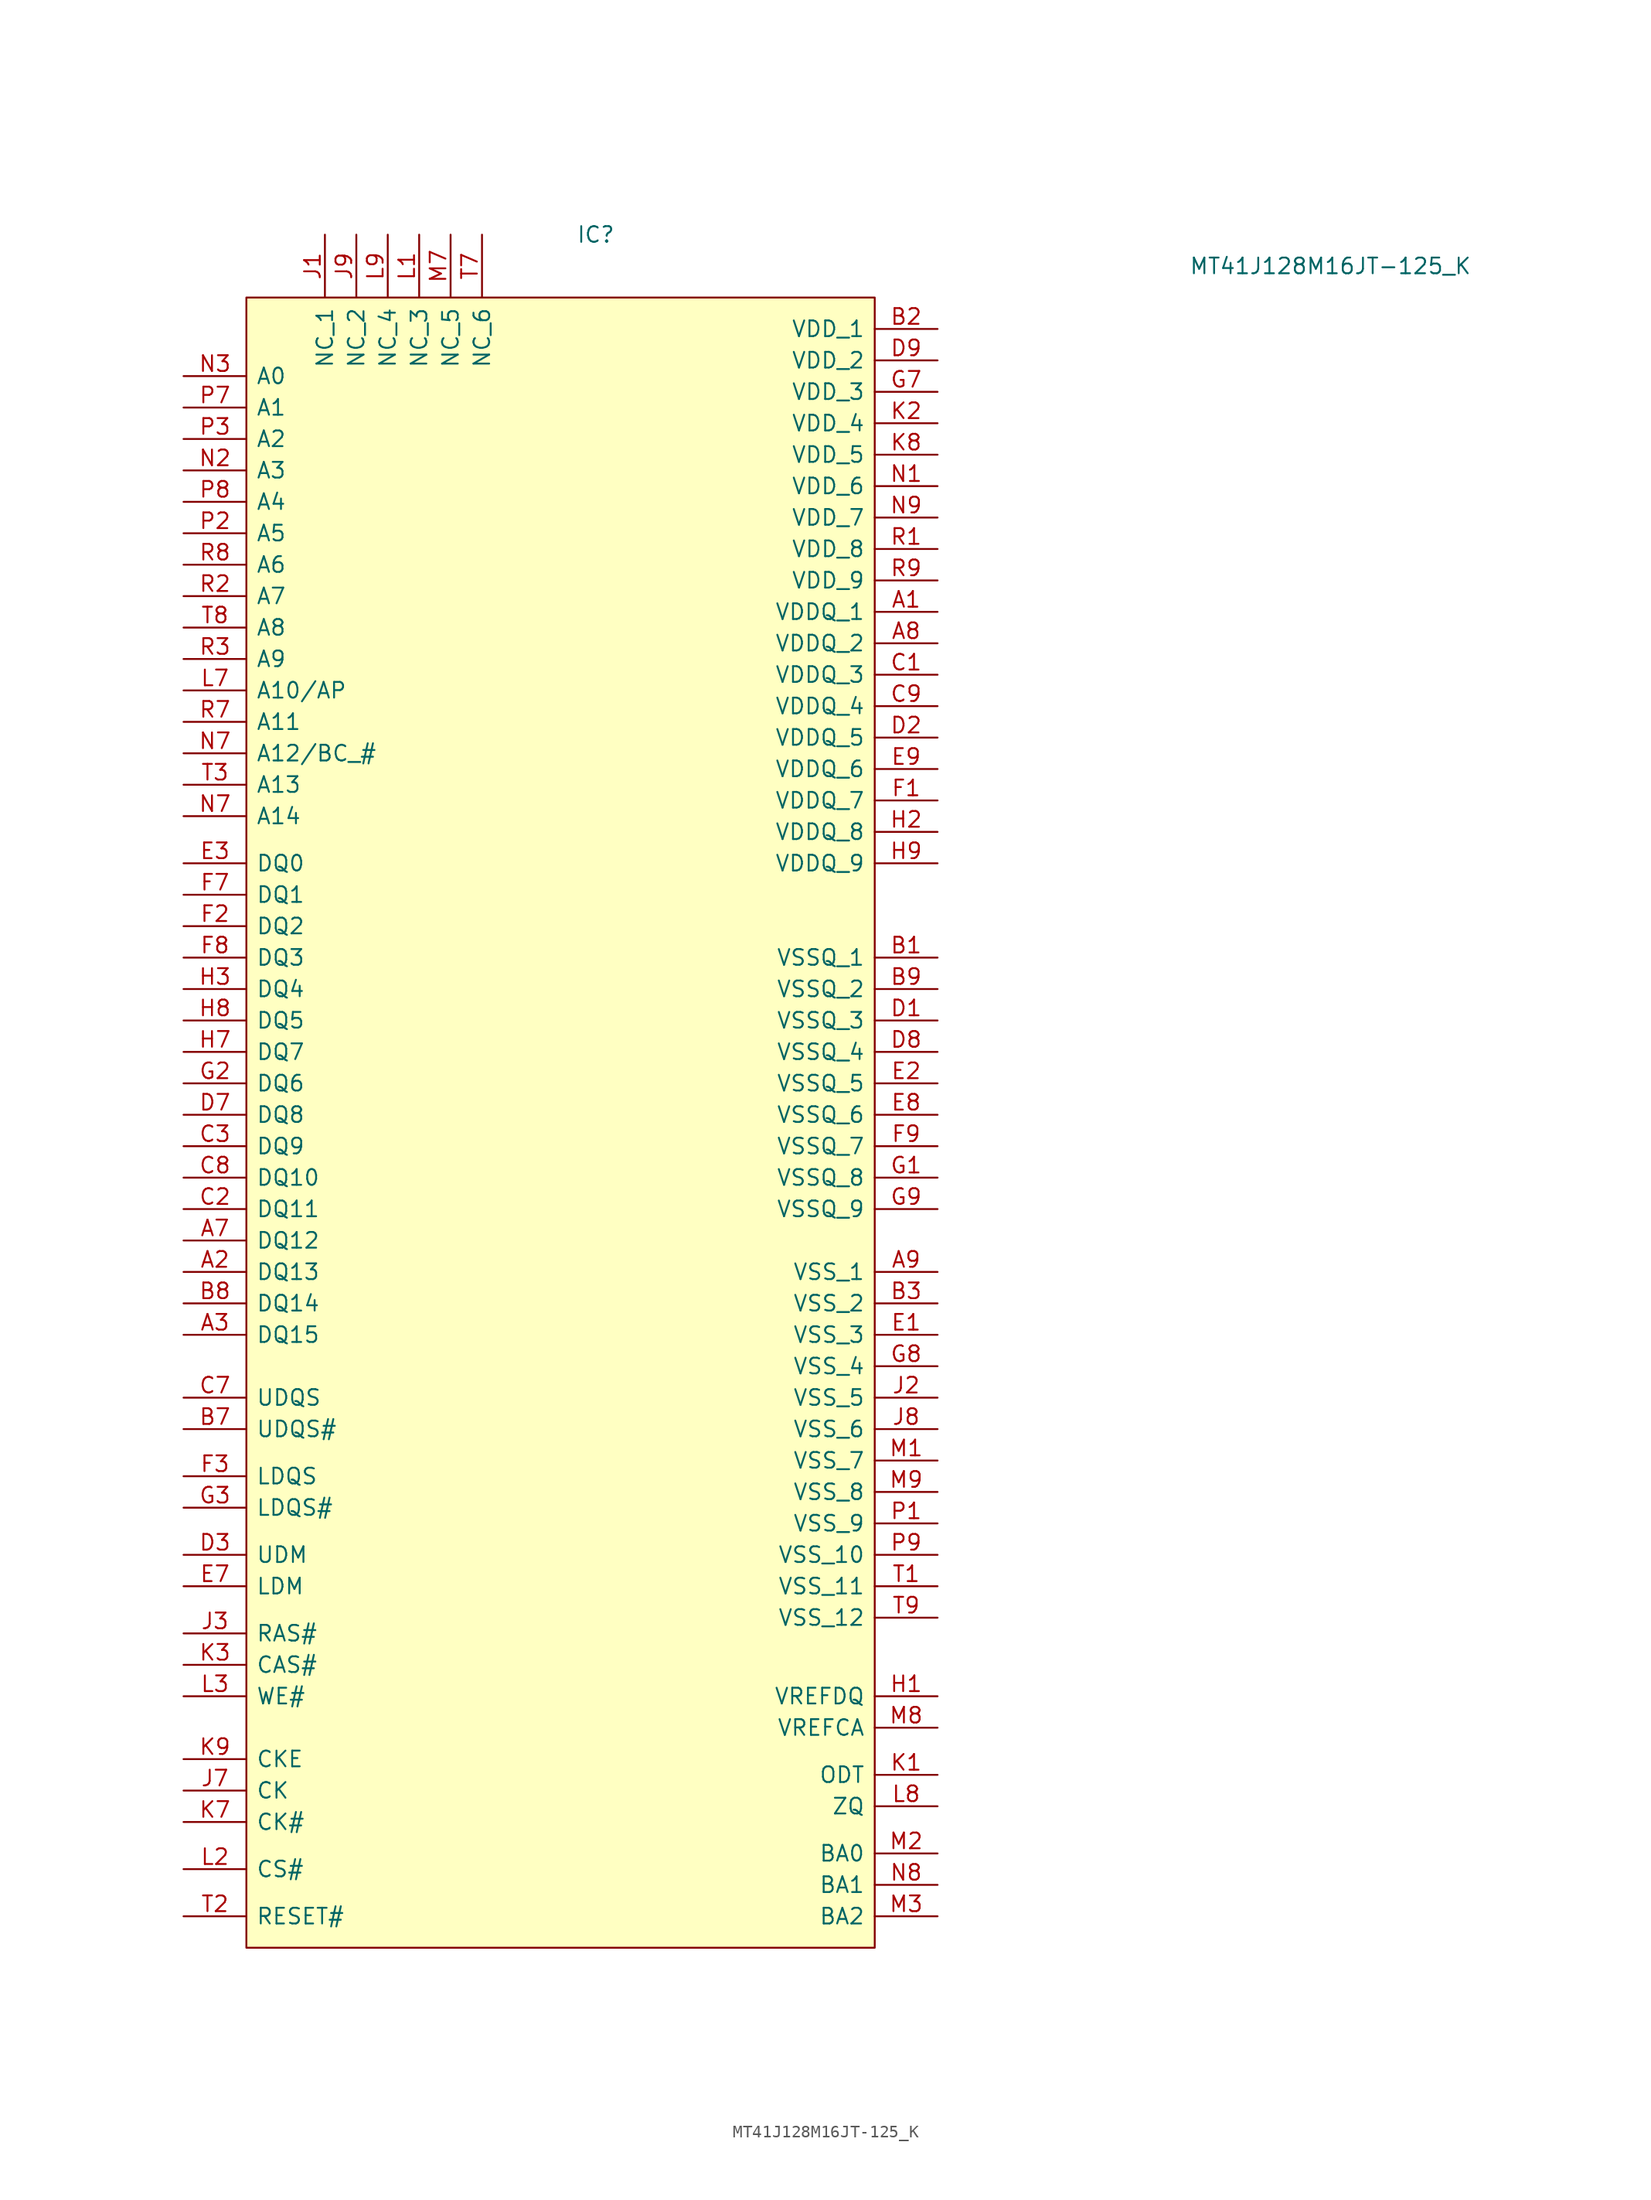
<source format=kicad_sym>
(kicad_symbol_lib
  (version 20220914)
  (generator kicad_symbol_editor)
  (symbol "MT41J128M16JT-125_K"
    (pin_names
      (offset 0.762))
    (property "Reference" "IC"
      (at 31.75 7.62 0)
      (effects (font (size 1.27 1.27)) (justify left)))
    (property "Value" "MT41J128M16JT-125_K"
      (at 81.28 5.08 0)
      (effects (font (size 1.27 1.27)) (justify left)))
    (symbol "MT41J128M16JT-125_K_0_0"
      (pin passive line (at 60.96 -22.86 180) (length 5.08) (name "VDDQ_1" (effects (font (size 1.27 1.27)))) (number "A1" (effects (font (size 1.27 1.27)))))
      (pin passive line (at 0 -76.2 0) (length 5.08) (name "DQ13" (effects (font (size 1.27 1.27)))) (number "A2" (effects (font (size 1.27 1.27)))))
      (pin passive line (at 0 -81.28 0) (length 5.08) (name "DQ15" (effects (font (size 1.27 1.27)))) (number "A3" (effects (font (size 1.27 1.27)))))
      (pin passive line (at 0 -73.66 0) (length 5.08) (name "DQ12" (effects (font (size 1.27 1.27)))) (number "A7" (effects (font (size 1.27 1.27)))))
      (pin passive line (at 60.96 -25.4 180) (length 5.08) (name "VDDQ_2" (effects (font (size 1.27 1.27)))) (number "A8" (effects (font (size 1.27 1.27)))))
      (pin passive line (at 60.96 -76.2 180) (length 5.08) (name "VSS_1" (effects (font (size 1.27 1.27)))) (number "A9" (effects (font (size 1.27 1.27)))))
      (pin passive line (at 60.96 -50.8 180) (length 5.08) (name "VSSQ_1" (effects (font (size 1.27 1.27)))) (number "B1" (effects (font (size 1.27 1.27)))))
      (pin passive line (at 60.96 0 180) (length 5.08) (name "VDD_1" (effects (font (size 1.27 1.27)))) (number "B2" (effects (font (size 1.27 1.27)))))
      (pin passive line (at 60.96 -78.74 180) (length 5.08) (name "VSS_2" (effects (font (size 1.27 1.27)))) (number "B3" (effects (font (size 1.27 1.27)))))
      (pin passive line (at 0 -88.9 0) (length 5.08) (name "UDQS#" (effects (font (size 1.27 1.27)))) (number "B7" (effects (font (size 1.27 1.27)))))
      (pin passive line (at 0 -78.74 0) (length 5.08) (name "DQ14" (effects (font (size 1.27 1.27)))) (number "B8" (effects (font (size 1.27 1.27)))))
      (pin passive line (at 60.96 -53.34 180) (length 5.08) (name "VSSQ_2" (effects (font (size 1.27 1.27)))) (number "B9" (effects (font (size 1.27 1.27)))))
      (pin passive line (at 60.96 -27.94 180) (length 5.08) (name "VDDQ_3" (effects (font (size 1.27 1.27)))) (number "C1" (effects (font (size 1.27 1.27)))))
      (pin passive line (at 0 -71.12 0) (length 5.08) (name "DQ11" (effects (font (size 1.27 1.27)))) (number "C2" (effects (font (size 1.27 1.27)))))
      (pin passive line (at 0 -66.04 0) (length 5.08) (name "DQ9" (effects (font (size 1.27 1.27)))) (number "C3" (effects (font (size 1.27 1.27)))))
      (pin passive line (at 0 -86.36 0) (length 5.08) (name "UDQS" (effects (font (size 1.27 1.27)))) (number "C7" (effects (font (size 1.27 1.27)))))
      (pin passive line (at 0 -68.58 0) (length 5.08) (name "DQ10" (effects (font (size 1.27 1.27)))) (number "C8" (effects (font (size 1.27 1.27)))))
      (pin passive line (at 60.96 -30.48 180) (length 5.08) (name "VDDQ_4" (effects (font (size 1.27 1.27)))) (number "C9" (effects (font (size 1.27 1.27)))))
      (pin passive line (at 60.96 -55.88 180) (length 5.08) (name "VSSQ_3" (effects (font (size 1.27 1.27)))) (number "D1" (effects (font (size 1.27 1.27)))))
      (pin passive line (at 60.96 -33.02 180) (length 5.08) (name "VDDQ_5" (effects (font (size 1.27 1.27)))) (number "D2" (effects (font (size 1.27 1.27)))))
      (pin passive line (at 0 -99.06 0) (length 5.08) (name "UDM" (effects (font (size 1.27 1.27)))) (number "D3" (effects (font (size 1.27 1.27)))))
      (pin passive line (at 0 -63.5 0) (length 5.08) (name "DQ8" (effects (font (size 1.27 1.27)))) (number "D7" (effects (font (size 1.27 1.27)))))
      (pin passive line (at 60.96 -58.42 180) (length 5.08) (name "VSSQ_4" (effects (font (size 1.27 1.27)))) (number "D8" (effects (font (size 1.27 1.27)))))
      (pin passive line (at 60.96 -2.54 180) (length 5.08) (name "VDD_2" (effects (font (size 1.27 1.27)))) (number "D9" (effects (font (size 1.27 1.27)))))
      (pin passive line (at 60.96 -81.28 180) (length 5.08) (name "VSS_3" (effects (font (size 1.27 1.27)))) (number "E1" (effects (font (size 1.27 1.27)))))
      (pin passive line (at 60.96 -60.96 180) (length 5.08) (name "VSSQ_5" (effects (font (size 1.27 1.27)))) (number "E2" (effects (font (size 1.27 1.27)))))
      (pin passive line (at 0 -43.18 0) (length 5.08) (name "DQ0" (effects (font (size 1.27 1.27)))) (number "E3" (effects (font (size 1.27 1.27)))))
      (pin passive line (at 0 -101.6 0) (length 5.08) (name "LDM" (effects (font (size 1.27 1.27)))) (number "E7" (effects (font (size 1.27 1.27)))))
      (pin passive line (at 60.96 -63.5 180) (length 5.08) (name "VSSQ_6" (effects (font (size 1.27 1.27)))) (number "E8" (effects (font (size 1.27 1.27)))))
      (pin passive line (at 60.96 -35.56 180) (length 5.08) (name "VDDQ_6" (effects (font (size 1.27 1.27)))) (number "E9" (effects (font (size 1.27 1.27)))))
      (pin passive line (at 60.96 -38.1 180) (length 5.08) (name "VDDQ_7" (effects (font (size 1.27 1.27)))) (number "F1" (effects (font (size 1.27 1.27)))))
      (pin passive line (at 0 -48.26 0) (length 5.08) (name "DQ2" (effects (font (size 1.27 1.27)))) (number "F2" (effects (font (size 1.27 1.27)))))
      (pin passive line (at 0 -92.71 0) (length 5.08) (name "LDQS" (effects (font (size 1.27 1.27)))) (number "F3" (effects (font (size 1.27 1.27)))))
      (pin passive line (at 0 -45.72 0) (length 5.08) (name "DQ1" (effects (font (size 1.27 1.27)))) (number "F7" (effects (font (size 1.27 1.27)))))
      (pin passive line (at 0 -50.8 0) (length 5.08) (name "DQ3" (effects (font (size 1.27 1.27)))) (number "F8" (effects (font (size 1.27 1.27)))))
      (pin passive line (at 60.96 -66.04 180) (length 5.08) (name "VSSQ_7" (effects (font (size 1.27 1.27)))) (number "F9" (effects (font (size 1.27 1.27)))))
      (pin passive line (at 60.96 -68.58 180) (length 5.08) (name "VSSQ_8" (effects (font (size 1.27 1.27)))) (number "G1" (effects (font (size 1.27 1.27)))))
      (pin passive line (at 0 -60.96 0) (length 5.08) (name "DQ6" (effects (font (size 1.27 1.27)))) (number "G2" (effects (font (size 1.27 1.27)))))
      (pin passive line (at 0 -95.25 0) (length 5.08) (name "LDQS#" (effects (font (size 1.27 1.27)))) (number "G3" (effects (font (size 1.27 1.27)))))
      (pin passive line (at 60.96 -5.08 180) (length 5.08) (name "VDD_3" (effects (font (size 1.27 1.27)))) (number "G7" (effects (font (size 1.27 1.27)))))
      (pin passive line (at 60.96 -83.82 180) (length 5.08) (name "VSS_4" (effects (font (size 1.27 1.27)))) (number "G8" (effects (font (size 1.27 1.27)))))
      (pin passive line (at 60.96 -71.12 180) (length 5.08) (name "VSSQ_9" (effects (font (size 1.27 1.27)))) (number "G9" (effects (font (size 1.27 1.27)))))
      (pin passive line (at 60.96 -110.49 180) (length 5.08) (name "VREFDQ" (effects (font (size 1.27 1.27)))) (number "H1" (effects (font (size 1.27 1.27)))))
      (pin passive line (at 60.96 -40.64 180) (length 5.08) (name "VDDQ_8" (effects (font (size 1.27 1.27)))) (number "H2" (effects (font (size 1.27 1.27)))))
      (pin passive line (at 0 -53.34 0) (length 5.08) (name "DQ4" (effects (font (size 1.27 1.27)))) (number "H3" (effects (font (size 1.27 1.27)))))
      (pin passive line (at 0 -58.42 0) (length 5.08) (name "DQ7" (effects (font (size 1.27 1.27)))) (number "H7" (effects (font (size 1.27 1.27)))))
      (pin passive line (at 0 -55.88 0) (length 5.08) (name "DQ5" (effects (font (size 1.27 1.27)))) (number "H8" (effects (font (size 1.27 1.27)))))
      (pin passive line (at 60.96 -43.18 180) (length 5.08) (name "VDDQ_9" (effects (font (size 1.27 1.27)))) (number "H9" (effects (font (size 1.27 1.27)))))
      (pin passive line (at 11.43 7.62 270) (length 5.08) (name "NC_1" (effects (font (size 1.27 1.27)))) (number "J1" (effects (font (size 1.27 1.27)))))
      (pin passive line (at 60.96 -86.36 180) (length 5.08) (name "VSS_5" (effects (font (size 1.27 1.27)))) (number "J2" (effects (font (size 1.27 1.27)))))
      (pin passive line (at 0 -105.41 0) (length 5.08) (name "RAS#" (effects (font (size 1.27 1.27)))) (number "J3" (effects (font (size 1.27 1.27)))))
      (pin passive line (at 0 -118.11 0) (length 5.08) (name "CK" (effects (font (size 1.27 1.27)))) (number "J7" (effects (font (size 1.27 1.27)))))
      (pin passive line (at 60.96 -88.9 180) (length 5.08) (name "VSS_6" (effects (font (size 1.27 1.27)))) (number "J8" (effects (font (size 1.27 1.27)))))
      (pin passive line (at 13.97 7.62 270) (length 5.08) (name "NC_2" (effects (font (size 1.27 1.27)))) (number "J9" (effects (font (size 1.27 1.27)))))
      (pin passive line (at 60.96 -116.84 180) (length 5.08) (name "ODT" (effects (font (size 1.27 1.27)))) (number "K1" (effects (font (size 1.27 1.27)))))
      (pin passive line (at 60.96 -7.62 180) (length 5.08) (name "VDD_4" (effects (font (size 1.27 1.27)))) (number "K2" (effects (font (size 1.27 1.27)))))
      (pin passive line (at 0 -107.95 0) (length 5.08) (name "CAS#" (effects (font (size 1.27 1.27)))) (number "K3" (effects (font (size 1.27 1.27)))))
      (pin passive line (at 0 -120.65 0) (length 5.08) (name "CK#" (effects (font (size 1.27 1.27)))) (number "K7" (effects (font (size 1.27 1.27)))))
      (pin passive line (at 60.96 -10.16 180) (length 5.08) (name "VDD_5" (effects (font (size 1.27 1.27)))) (number "K8" (effects (font (size 1.27 1.27)))))
      (pin passive line (at 0 -115.57 0) (length 5.08) (name "CKE" (effects (font (size 1.27 1.27)))) (number "K9" (effects (font (size 1.27 1.27)))))
      (pin passive line (at 19.05 7.62 270) (length 5.08) (name "NC_3" (effects (font (size 1.27 1.27)))) (number "L1" (effects (font (size 1.27 1.27)))))
      (pin passive line (at 0 -124.46 0) (length 5.08) (name "CS#" (effects (font (size 1.27 1.27)))) (number "L2" (effects (font (size 1.27 1.27)))))
      (pin passive line (at 0 -110.49 0) (length 5.08) (name "WE#" (effects (font (size 1.27 1.27)))) (number "L3" (effects (font (size 1.27 1.27)))))
      (pin passive line (at 0 -29.21 0) (length 5.08) (name "A10/AP" (effects (font (size 1.27 1.27)))) (number "L7" (effects (font (size 1.27 1.27)))))
      (pin passive line (at 60.96 -119.38 180) (length 5.08) (name "ZQ" (effects (font (size 1.27 1.27)))) (number "L8" (effects (font (size 1.27 1.27)))))
      (pin passive line (at 16.51 7.62 270) (length 5.08) (name "NC_4" (effects (font (size 1.27 1.27)))) (number "L9" (effects (font (size 1.27 1.27)))))
      (pin passive line (at 60.96 -91.44 180) (length 5.08) (name "VSS_7" (effects (font (size 1.27 1.27)))) (number "M1" (effects (font (size 1.27 1.27)))))
      (pin passive line (at 60.96 -123.19 180) (length 5.08) (name "BA0" (effects (font (size 1.27 1.27)))) (number "M2" (effects (font (size 1.27 1.27)))))
      (pin passive line (at 60.96 -128.27 180) (length 5.08) (name "BA2" (effects (font (size 1.27 1.27)))) (number "M3" (effects (font (size 1.27 1.27)))))
      (pin passive line (at 21.59 7.62 270) (length 5.08) (name "NC_5" (effects (font (size 1.27 1.27)))) (number "M7" (effects (font (size 1.27 1.27)))))
      (pin passive line (at 60.96 -113.03 180) (length 5.08) (name "VREFCA" (effects (font (size 1.27 1.27)))) (number "M8" (effects (font (size 1.27 1.27)))))
      (pin passive line (at 60.96 -93.98 180) (length 5.08) (name "VSS_8" (effects (font (size 1.27 1.27)))) (number "M9" (effects (font (size 1.27 1.27)))))
      (pin passive line (at 60.96 -12.7 180) (length 5.08) (name "VDD_6" (effects (font (size 1.27 1.27)))) (number "N1" (effects (font (size 1.27 1.27)))))
      (pin passive line (at 0 -11.43 0) (length 5.08) (name "A3" (effects (font (size 1.27 1.27)))) (number "N2" (effects (font (size 1.27 1.27)))))
      (pin passive line (at 0 -3.81 0) (length 5.08) (name "A0" (effects (font (size 1.27 1.27)))) (number "N3" (effects (font (size 1.27 1.27)))))
      (pin passive line (at 0 -34.29 0) (length 5.08) (name "A12/BC_#" (effects (font (size 1.27 1.27)))) (number "N7" (effects (font (size 1.27 1.27)))))
      (pin passive line (at 60.96 -125.73 180) (length 5.08) (name "BA1" (effects (font (size 1.27 1.27)))) (number "N8" (effects (font (size 1.27 1.27)))))
      (pin passive line (at 60.96 -15.24 180) (length 5.08) (name "VDD_7" (effects (font (size 1.27 1.27)))) (number "N9" (effects (font (size 1.27 1.27)))))
      (pin passive line (at 60.96 -96.52 180) (length 5.08) (name "VSS_9" (effects (font (size 1.27 1.27)))) (number "P1" (effects (font (size 1.27 1.27)))))
      (pin passive line (at 0 -16.51 0) (length 5.08) (name "A5" (effects (font (size 1.27 1.27)))) (number "P2" (effects (font (size 1.27 1.27)))))
      (pin passive line (at 0 -8.89 0) (length 5.08) (name "A2" (effects (font (size 1.27 1.27)))) (number "P3" (effects (font (size 1.27 1.27)))))
      (pin passive line (at 0 -6.35 0) (length 5.08) (name "A1" (effects (font (size 1.27 1.27)))) (number "P7" (effects (font (size 1.27 1.27)))))
      (pin passive line (at 0 -13.97 0) (length 5.08) (name "A4" (effects (font (size 1.27 1.27)))) (number "P8" (effects (font (size 1.27 1.27)))))
      (pin passive line (at 60.96 -99.06 180) (length 5.08) (name "VSS_10" (effects (font (size 1.27 1.27)))) (number "P9" (effects (font (size 1.27 1.27)))))
      (pin passive line (at 60.96 -17.78 180) (length 5.08) (name "VDD_8" (effects (font (size 1.27 1.27)))) (number "R1" (effects (font (size 1.27 1.27)))))
      (pin passive line (at 0 -21.59 0) (length 5.08) (name "A7" (effects (font (size 1.27 1.27)))) (number "R2" (effects (font (size 1.27 1.27)))))
      (pin passive line (at 0 -26.67 0) (length 5.08) (name "A9" (effects (font (size 1.27 1.27)))) (number "R3" (effects (font (size 1.27 1.27)))))
      (pin passive line (at 0 -31.75 0) (length 5.08) (name "A11" (effects (font (size 1.27 1.27)))) (number "R7" (effects (font (size 1.27 1.27)))))
      (pin passive line (at 0 -19.05 0) (length 5.08) (name "A6" (effects (font (size 1.27 1.27)))) (number "R8" (effects (font (size 1.27 1.27)))))
      (pin passive line (at 60.96 -20.32 180) (length 5.08) (name "VDD_9" (effects (font (size 1.27 1.27)))) (number "R9" (effects (font (size 1.27 1.27)))))
      (pin passive line (at 60.96 -101.6 180) (length 5.08) (name "VSS_11" (effects (font (size 1.27 1.27)))) (number "T1" (effects (font (size 1.27 1.27)))))
      (pin passive line (at 0 -128.27 0) (length 5.08) (name "RESET#" (effects (font (size 1.27 1.27)))) (number "T2" (effects (font (size 1.27 1.27)))))
      (pin passive line (at 0 -36.83 0) (length 5.08) (name "A13" (effects (font (size 1.27 1.27)))) (number "T3" (effects (font (size 1.27 1.27)))))
      (pin passive line (at 24.13 7.62 270) (length 5.08) (name "NC_6" (effects (font (size 1.27 1.27)))) (number "T7" (effects (font (size 1.27 1.27)))))
      (pin passive line (at 0 -24.13 0) (length 5.08) (name "A8" (effects (font (size 1.27 1.27)))) (number "T8" (effects (font (size 1.27 1.27)))))
      (pin passive line (at 60.96 -104.14 180) (length 5.08) (name "VSS_12" (effects (font (size 1.27 1.27)))) (number "T9" (effects (font (size 1.27 1.27))))))
    (symbol "MT41J128M16JT-125_K_1_0"
      (pin passive line (at 0 -39.37 0) (length 5.08) (name "A14" (effects (font (size 1.27 1.27)))) (number "N7" (effects (font (size 1.27 1.27))))))
    (symbol "MT41J128M16JT-125_K_1_1"
      (rectangle (start 5.08 2.54) (end 55.88 -130.81) (stroke (width 0) (type default)) (fill (type background))))))
</source>
